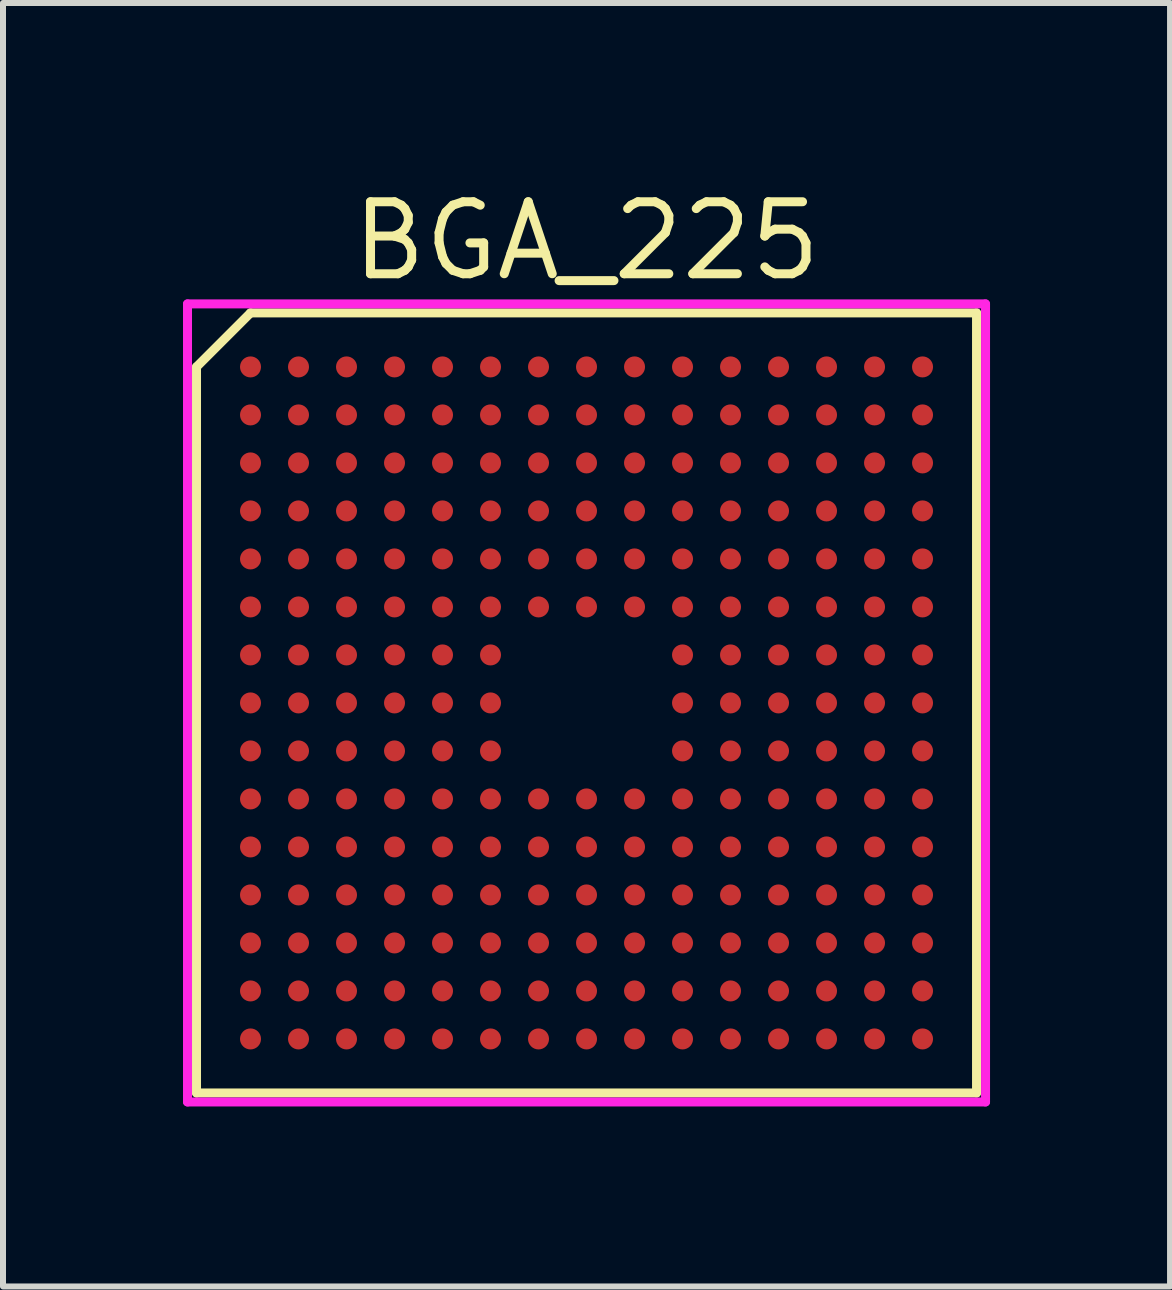
<source format=kicad_pcb>
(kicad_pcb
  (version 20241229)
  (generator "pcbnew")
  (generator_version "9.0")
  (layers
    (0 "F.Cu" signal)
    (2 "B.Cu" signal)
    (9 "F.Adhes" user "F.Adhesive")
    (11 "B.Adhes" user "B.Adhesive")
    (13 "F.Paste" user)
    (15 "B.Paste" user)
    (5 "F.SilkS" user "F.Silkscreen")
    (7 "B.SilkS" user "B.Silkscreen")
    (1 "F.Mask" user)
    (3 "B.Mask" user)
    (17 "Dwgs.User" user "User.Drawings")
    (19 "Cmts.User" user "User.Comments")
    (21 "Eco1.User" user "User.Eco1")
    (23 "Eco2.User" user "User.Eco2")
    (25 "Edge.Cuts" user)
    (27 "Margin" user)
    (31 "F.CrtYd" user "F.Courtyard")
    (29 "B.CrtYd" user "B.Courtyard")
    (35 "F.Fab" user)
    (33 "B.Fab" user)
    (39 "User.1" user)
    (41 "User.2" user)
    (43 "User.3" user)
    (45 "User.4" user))
  (footprint "BGA_225"
    (layer "F.Cu")
    (at 6.725 8.665)
    (property "Reference" "BGA_225" (at 0 -7.7 0) (layer "F.SilkS") (effects (font (size 1.2 1.2) (thickness 0.15))))
    (attr through_hole)
    (fp_line (start -6.5 -5.6) (end -6.5 6.5) (stroke (width 0.15) (type solid)) (layer "F.SilkS"))
    (fp_line (start -6.5 6.5) (end 6.5 6.5) (stroke (width 0.15) (type solid)) (layer "F.SilkS"))
    (fp_line (start -5.6 -6.5) (end -6.5 -5.6) (stroke (width 0.15) (type solid)) (layer "F.SilkS"))
    (fp_line (start 6.5 -6.5) (end -5.6 -6.5) (stroke (width 0.15) (type solid)) (layer "F.SilkS"))
    (fp_line (start 6.5 6.5) (end 6.5 -6.5) (stroke (width 0.15) (type solid)) (layer "F.SilkS"))
    (fp_line (start -6.65 -6.65) (end 6.65 -6.65) (stroke (width 0.15) (type solid)) (layer "F.CrtYd"))
    (fp_line (start -6.65 6.65) (end -6.65 -6.65) (stroke (width 0.15) (type solid)) (layer "F.CrtYd"))
    (fp_line (start 6.65 -6.65) (end 6.65 6.65) (stroke (width 0.15) (type solid)) (layer "F.CrtYd"))
    (fp_line (start 6.65 6.65) (end -6.65 6.65) (stroke (width 0.15) (type solid)) (layer "F.CrtYd"))
    (pad "A1" smd circle (at -5.6 -5.6) (size 0.35 0.35) (layers "F.Cu" "F.Mask" "F.Paste"))
    (pad "A2" smd circle (at -4.8 -5.6) (size 0.35 0.35) (layers "F.Cu" "F.Mask" "F.Paste"))
    (pad "A3" smd circle (at -4 -5.6) (size 0.35 0.35) (layers "F.Cu" "F.Mask" "F.Paste"))
    (pad "A4" smd circle (at -3.2 -5.6) (size 0.35 0.35) (layers "F.Cu" "F.Mask" "F.Paste"))
    (pad "A5" smd circle (at -2.4 -5.6) (size 0.35 0.35) (layers "F.Cu" "F.Mask" "F.Paste"))
    (pad "A6" smd circle (at -1.6 -5.6) (size 0.35 0.35) (layers "F.Cu" "F.Mask" "F.Paste"))
    (pad "A7" smd circle (at -0.8 -5.6) (size 0.35 0.35) (layers "F.Cu" "F.Mask" "F.Paste"))
    (pad "A8" smd circle (at 0 -5.6) (size 0.35 0.35) (layers "F.Cu" "F.Mask" "F.Paste"))
    (pad "A9" smd circle (at 0.8 -5.6) (size 0.35 0.35) (layers "F.Cu" "F.Mask" "F.Paste"))
    (pad "A10" smd circle (at 1.6 -5.6) (size 0.35 0.35) (layers "F.Cu" "F.Mask" "F.Paste"))
    (pad "A11" smd circle (at 2.4 -5.6) (size 0.35 0.35) (layers "F.Cu" "F.Mask" "F.Paste"))
    (pad "A12" smd circle (at 3.2 -5.6) (size 0.35 0.35) (layers "F.Cu" "F.Mask" "F.Paste"))
    (pad "A13" smd circle (at 4 -5.6) (size 0.35 0.35) (layers "F.Cu" "F.Mask" "F.Paste"))
    (pad "A14" smd circle (at 4.8 -5.6) (size 0.35 0.35) (layers "F.Cu" "F.Mask" "F.Paste"))
    (pad "A15" smd circle (at 5.6 -5.6) (size 0.35 0.35) (layers "F.Cu" "F.Mask" "F.Paste"))
    (pad "B1" smd circle (at -5.6 -4.8) (size 0.35 0.35) (layers "F.Cu" "F.Mask" "F.Paste"))
    (pad "B2" smd circle (at -4.8 -4.8) (size 0.35 0.35) (layers "F.Cu" "F.Mask" "F.Paste"))
    (pad "B3" smd circle (at -4 -4.8) (size 0.35 0.35) (layers "F.Cu" "F.Mask" "F.Paste"))
    (pad "B4" smd circle (at -3.2 -4.8) (size 0.35 0.35) (layers "F.Cu" "F.Mask" "F.Paste"))
    (pad "B5" smd circle (at -2.4 -4.8) (size 0.35 0.35) (layers "F.Cu" "F.Mask" "F.Paste"))
    (pad "B6" smd circle (at -1.6 -4.8) (size 0.35 0.35) (layers "F.Cu" "F.Mask" "F.Paste"))
    (pad "B7" smd circle (at -0.8 -4.8) (size 0.35 0.35) (layers "F.Cu" "F.Mask" "F.Paste"))
    (pad "B8" smd circle (at 0 -4.8) (size 0.35 0.35) (layers "F.Cu" "F.Mask" "F.Paste"))
    (pad "B9" smd circle (at 0.8 -4.8) (size 0.35 0.35) (layers "F.Cu" "F.Mask" "F.Paste"))
    (pad "B10" smd circle (at 1.6 -4.8) (size 0.35 0.35) (layers "F.Cu" "F.Mask" "F.Paste"))
    (pad "B11" smd circle (at 2.4 -4.8) (size 0.35 0.35) (layers "F.Cu" "F.Mask" "F.Paste"))
    (pad "B12" smd circle (at 3.2 -4.8) (size 0.35 0.35) (layers "F.Cu" "F.Mask" "F.Paste"))
    (pad "B13" smd circle (at 4 -4.8) (size 0.35 0.35) (layers "F.Cu" "F.Mask" "F.Paste"))
    (pad "B14" smd circle (at 4.8 -4.8) (size 0.35 0.35) (layers "F.Cu" "F.Mask" "F.Paste"))
    (pad "B15" smd circle (at 5.6 -4.8) (size 0.35 0.35) (layers "F.Cu" "F.Mask" "F.Paste"))
    (pad "C1" smd circle (at -5.6 -4) (size 0.35 0.35) (layers "F.Cu" "F.Mask" "F.Paste"))
    (pad "C2" smd circle (at -4.8 -4) (size 0.35 0.35) (layers "F.Cu" "F.Mask" "F.Paste"))
    (pad "C3" smd circle (at -4 -4) (size 0.35 0.35) (layers "F.Cu" "F.Mask" "F.Paste"))
    (pad "C4" smd circle (at -3.2 -4) (size 0.35 0.35) (layers "F.Cu" "F.Mask" "F.Paste"))
    (pad "C5" smd circle (at -2.4 -4) (size 0.35 0.35) (layers "F.Cu" "F.Mask" "F.Paste"))
    (pad "C6" smd circle (at -1.6 -4) (size 0.35 0.35) (layers "F.Cu" "F.Mask" "F.Paste"))
    (pad "C7" smd circle (at -0.8 -4) (size 0.35 0.35) (layers "F.Cu" "F.Mask" "F.Paste"))
    (pad "C8" smd circle (at 0 -4) (size 0.35 0.35) (layers "F.Cu" "F.Mask" "F.Paste"))
    (pad "C9" smd circle (at 0.8 -4) (size 0.35 0.35) (layers "F.Cu" "F.Mask" "F.Paste"))
    (pad "C10" smd circle (at 1.6 -4) (size 0.35 0.35) (layers "F.Cu" "F.Mask" "F.Paste"))
    (pad "C11" smd circle (at 2.4 -4) (size 0.35 0.35) (layers "F.Cu" "F.Mask" "F.Paste"))
    (pad "C12" smd circle (at 3.2 -4) (size 0.35 0.35) (layers "F.Cu" "F.Mask" "F.Paste"))
    (pad "C13" smd circle (at 4 -4) (size 0.35 0.35) (layers "F.Cu" "F.Mask" "F.Paste"))
    (pad "C14" smd circle (at 4.8 -4) (size 0.35 0.35) (layers "F.Cu" "F.Mask" "F.Paste"))
    (pad "C15" smd circle (at 5.6 -4) (size 0.35 0.35) (layers "F.Cu" "F.Mask" "F.Paste"))
    (pad "D1" smd circle (at -5.6 -3.2) (size 0.35 0.35) (layers "F.Cu" "F.Mask" "F.Paste"))
    (pad "D2" smd circle (at -4.8 -3.2) (size 0.35 0.35) (layers "F.Cu" "F.Mask" "F.Paste"))
    (pad "D3" smd circle (at -4 -3.2) (size 0.35 0.35) (layers "F.Cu" "F.Mask" "F.Paste"))
    (pad "D4" smd circle (at -3.2 -3.2) (size 0.35 0.35) (layers "F.Cu" "F.Mask" "F.Paste"))
    (pad "D5" smd circle (at -2.4 -3.2) (size 0.35 0.35) (layers "F.Cu" "F.Mask" "F.Paste"))
    (pad "D6" smd circle (at -1.6 -3.2) (size 0.35 0.35) (layers "F.Cu" "F.Mask" "F.Paste"))
    (pad "D7" smd circle (at -0.8 -3.2) (size 0.35 0.35) (layers "F.Cu" "F.Mask" "F.Paste"))
    (pad "D8" smd circle (at 0 -3.2) (size 0.35 0.35) (layers "F.Cu" "F.Mask" "F.Paste"))
    (pad "D9" smd circle (at 0.8 -3.2) (size 0.35 0.35) (layers "F.Cu" "F.Mask" "F.Paste"))
    (pad "D10" smd circle (at 1.6 -3.2) (size 0.35 0.35) (layers "F.Cu" "F.Mask" "F.Paste"))
    (pad "D11" smd circle (at 2.4 -3.2) (size 0.35 0.35) (layers "F.Cu" "F.Mask" "F.Paste"))
    (pad "D12" smd circle (at 3.2 -3.2) (size 0.35 0.35) (layers "F.Cu" "F.Mask" "F.Paste"))
    (pad "D13" smd circle (at 4 -3.2) (size 0.35 0.35) (layers "F.Cu" "F.Mask" "F.Paste"))
    (pad "D14" smd circle (at 4.8 -3.2) (size 0.35 0.35) (layers "F.Cu" "F.Mask" "F.Paste"))
    (pad "D15" smd circle (at 5.6 -3.2) (size 0.35 0.35) (layers "F.Cu" "F.Mask" "F.Paste"))
    (pad "E1" smd circle (at -5.6 -2.4) (size 0.35 0.35) (layers "F.Cu" "F.Mask" "F.Paste"))
    (pad "E2" smd circle (at -4.8 -2.4) (size 0.35 0.35) (layers "F.Cu" "F.Mask" "F.Paste"))
    (pad "E3" smd circle (at -4 -2.4) (size 0.35 0.35) (layers "F.Cu" "F.Mask" "F.Paste"))
    (pad "E4" smd circle (at -3.2 -2.4) (size 0.35 0.35) (layers "F.Cu" "F.Mask" "F.Paste"))
    (pad "E5" smd circle (at -2.4 -2.4) (size 0.35 0.35) (layers "F.Cu" "F.Mask" "F.Paste"))
    (pad "E6" smd circle (at -1.6 -2.4) (size 0.35 0.35) (layers "F.Cu" "F.Mask" "F.Paste"))
    (pad "E7" smd circle (at -0.8 -2.4) (size 0.35 0.35) (layers "F.Cu" "F.Mask" "F.Paste"))
    (pad "E8" smd circle (at 0 -2.4) (size 0.35 0.35) (layers "F.Cu" "F.Mask" "F.Paste"))
    (pad "E9" smd circle (at 0.8 -2.4) (size 0.35 0.35) (layers "F.Cu" "F.Mask" "F.Paste"))
    (pad "E10" smd circle (at 1.6 -2.4) (size 0.35 0.35) (layers "F.Cu" "F.Mask" "F.Paste"))
    (pad "E11" smd circle (at 2.4 -2.4) (size 0.35 0.35) (layers "F.Cu" "F.Mask" "F.Paste"))
    (pad "E12" smd circle (at 3.2 -2.4) (size 0.35 0.35) (layers "F.Cu" "F.Mask" "F.Paste"))
    (pad "E13" smd circle (at 4 -2.4) (size 0.35 0.35) (layers "F.Cu" "F.Mask" "F.Paste"))
    (pad "E14" smd circle (at 4.8 -2.4) (size 0.35 0.35) (layers "F.Cu" "F.Mask" "F.Paste"))
    (pad "E15" smd circle (at 5.6 -2.4) (size 0.35 0.35) (layers "F.Cu" "F.Mask" "F.Paste"))
    (pad "F1" smd circle (at -5.6 -1.6) (size 0.35 0.35) (layers "F.Cu" "F.Mask" "F.Paste"))
    (pad "F2" smd circle (at -4.8 -1.6) (size 0.35 0.35) (layers "F.Cu" "F.Mask" "F.Paste"))
    (pad "F3" smd circle (at -4 -1.6) (size 0.35 0.35) (layers "F.Cu" "F.Mask" "F.Paste"))
    (pad "F4" smd circle (at -3.2 -1.6) (size 0.35 0.35) (layers "F.Cu" "F.Mask" "F.Paste"))
    (pad "F5" smd circle (at -2.4 -1.6) (size 0.35 0.35) (layers "F.Cu" "F.Mask" "F.Paste"))
    (pad "F6" smd circle (at -1.6 -1.6) (size 0.35 0.35) (layers "F.Cu" "F.Mask" "F.Paste"))
    (pad "F7" smd circle (at -0.8 -1.6) (size 0.35 0.35) (layers "F.Cu" "F.Mask" "F.Paste"))
    (pad "F8" smd circle (at 0 -1.6) (size 0.35 0.35) (layers "F.Cu" "F.Mask" "F.Paste"))
    (pad "F9" smd circle (at 0.8 -1.6) (size 0.35 0.35) (layers "F.Cu" "F.Mask" "F.Paste"))
    (pad "F10" smd circle (at 1.6 -1.6) (size 0.35 0.35) (layers "F.Cu" "F.Mask" "F.Paste"))
    (pad "F11" smd circle (at 2.4 -1.6) (size 0.35 0.35) (layers "F.Cu" "F.Mask" "F.Paste"))
    (pad "F12" smd circle (at 3.2 -1.6) (size 0.35 0.35) (layers "F.Cu" "F.Mask" "F.Paste"))
    (pad "F13" smd circle (at 4 -1.6) (size 0.35 0.35) (layers "F.Cu" "F.Mask" "F.Paste"))
    (pad "F14" smd circle (at 4.8 -1.6) (size 0.35 0.35) (layers "F.Cu" "F.Mask" "F.Paste"))
    (pad "F15" smd circle (at 5.6 -1.6) (size 0.35 0.35) (layers "F.Cu" "F.Mask" "F.Paste"))
    (pad "G1" smd circle (at -5.6 -0.8) (size 0.35 0.35) (layers "F.Cu" "F.Mask" "F.Paste"))
    (pad "G2" smd circle (at -4.8 -0.8) (size 0.35 0.35) (layers "F.Cu" "F.Mask" "F.Paste"))
    (pad "G3" smd circle (at -4 -0.8) (size 0.35 0.35) (layers "F.Cu" "F.Mask" "F.Paste"))
    (pad "G4" smd circle (at -3.2 -0.8) (size 0.35 0.35) (layers "F.Cu" "F.Mask" "F.Paste"))
    (pad "G5" smd circle (at -2.4 -0.8) (size 0.35 0.35) (layers "F.Cu" "F.Mask" "F.Paste"))
    (pad "G6" smd circle (at -1.6 -0.8) (size 0.35 0.35) (layers "F.Cu" "F.Mask" "F.Paste"))
    (pad "G10" smd circle (at 1.6 -0.8) (size 0.35 0.35) (layers "F.Cu" "F.Mask" "F.Paste"))
    (pad "G11" smd circle (at 2.4 -0.8) (size 0.35 0.35) (layers "F.Cu" "F.Mask" "F.Paste"))
    (pad "G12" smd circle (at 3.2 -0.8) (size 0.35 0.35) (layers "F.Cu" "F.Mask" "F.Paste"))
    (pad "G13" smd circle (at 4 -0.8) (size 0.35 0.35) (layers "F.Cu" "F.Mask" "F.Paste"))
    (pad "G14" smd circle (at 4.8 -0.8) (size 0.35 0.35) (layers "F.Cu" "F.Mask" "F.Paste"))
    (pad "G15" smd circle (at 5.6 -0.8) (size 0.35 0.35) (layers "F.Cu" "F.Mask" "F.Paste"))
    (pad "H1" smd circle (at -5.6 0) (size 0.35 0.35) (layers "F.Cu" "F.Mask" "F.Paste"))
    (pad "H2" smd circle (at -4.8 0) (size 0.35 0.35) (layers "F.Cu" "F.Mask" "F.Paste"))
    (pad "H3" smd circle (at -4 0) (size 0.35 0.35) (layers "F.Cu" "F.Mask" "F.Paste"))
    (pad "H4" smd circle (at -3.2 0) (size 0.35 0.35) (layers "F.Cu" "F.Mask" "F.Paste"))
    (pad "H5" smd circle (at -2.4 0) (size 0.35 0.35) (layers "F.Cu" "F.Mask" "F.Paste"))
    (pad "H6" smd circle (at -1.6 0) (size 0.35 0.35) (layers "F.Cu" "F.Mask" "F.Paste"))
    (pad "H10" smd circle (at 1.6 0) (size 0.35 0.35) (layers "F.Cu" "F.Mask" "F.Paste"))
    (pad "H11" smd circle (at 2.4 0) (size 0.35 0.35) (layers "F.Cu" "F.Mask" "F.Paste"))
    (pad "H12" smd circle (at 3.2 0) (size 0.35 0.35) (layers "F.Cu" "F.Mask" "F.Paste"))
    (pad "H13" smd circle (at 4 0) (size 0.35 0.35) (layers "F.Cu" "F.Mask" "F.Paste"))
    (pad "H14" smd circle (at 4.8 0) (size 0.35 0.35) (layers "F.Cu" "F.Mask" "F.Paste"))
    (pad "H15" smd circle (at 5.6 0) (size 0.35 0.35) (layers "F.Cu" "F.Mask" "F.Paste"))
    (pad "J1" smd circle (at -5.6 0.8) (size 0.35 0.35) (layers "F.Cu" "F.Mask" "F.Paste"))
    (pad "J2" smd circle (at -4.8 0.8) (size 0.35 0.35) (layers "F.Cu" "F.Mask" "F.Paste"))
    (pad "J3" smd circle (at -4 0.8) (size 0.35 0.35) (layers "F.Cu" "F.Mask" "F.Paste"))
    (pad "J4" smd circle (at -3.2 0.8) (size 0.35 0.35) (layers "F.Cu" "F.Mask" "F.Paste"))
    (pad "J5" smd circle (at -2.4 0.8) (size 0.35 0.35) (layers "F.Cu" "F.Mask" "F.Paste"))
    (pad "J6" smd circle (at -1.6 0.8) (size 0.35 0.35) (layers "F.Cu" "F.Mask" "F.Paste"))
    (pad "J10" smd circle (at 1.6 0.8) (size 0.35 0.35) (layers "F.Cu" "F.Mask" "F.Paste"))
    (pad "J11" smd circle (at 2.4 0.8) (size 0.35 0.35) (layers "F.Cu" "F.Mask" "F.Paste"))
    (pad "J12" smd circle (at 3.2 0.8) (size 0.35 0.35) (layers "F.Cu" "F.Mask" "F.Paste"))
    (pad "J13" smd circle (at 4 0.8) (size 0.35 0.35) (layers "F.Cu" "F.Mask" "F.Paste"))
    (pad "J14" smd circle (at 4.8 0.8) (size 0.35 0.35) (layers "F.Cu" "F.Mask" "F.Paste"))
    (pad "J15" smd circle (at 5.6 0.8) (size 0.35 0.35) (layers "F.Cu" "F.Mask" "F.Paste"))
    (pad "K1" smd circle (at -5.6 1.6) (size 0.35 0.35) (layers "F.Cu" "F.Mask" "F.Paste"))
    (pad "K2" smd circle (at -4.8 1.6) (size 0.35 0.35) (layers "F.Cu" "F.Mask" "F.Paste"))
    (pad "K3" smd circle (at -4 1.6) (size 0.35 0.35) (layers "F.Cu" "F.Mask" "F.Paste"))
    (pad "K4" smd circle (at -3.2 1.6) (size 0.35 0.35) (layers "F.Cu" "F.Mask" "F.Paste"))
    (pad "K5" smd circle (at -2.4 1.6) (size 0.35 0.35) (layers "F.Cu" "F.Mask" "F.Paste"))
    (pad "K6" smd circle (at -1.6 1.6) (size 0.35 0.35) (layers "F.Cu" "F.Mask" "F.Paste"))
    (pad "K7" smd circle (at -0.8 1.6) (size 0.35 0.35) (layers "F.Cu" "F.Mask" "F.Paste"))
    (pad "K8" smd circle (at 0 1.6) (size 0.35 0.35) (layers "F.Cu" "F.Mask" "F.Paste"))
    (pad "K9" smd circle (at 0.8 1.6) (size 0.35 0.35) (layers "F.Cu" "F.Mask" "F.Paste"))
    (pad "K10" smd circle (at 1.6 1.6) (size 0.35 0.35) (layers "F.Cu" "F.Mask" "F.Paste"))
    (pad "K11" smd circle (at 2.4 1.6) (size 0.35 0.35) (layers "F.Cu" "F.Mask" "F.Paste"))
    (pad "K12" smd circle (at 3.2 1.6) (size 0.35 0.35) (layers "F.Cu" "F.Mask" "F.Paste"))
    (pad "K13" smd circle (at 4 1.6) (size 0.35 0.35) (layers "F.Cu" "F.Mask" "F.Paste"))
    (pad "K14" smd circle (at 4.8 1.6) (size 0.35 0.35) (layers "F.Cu" "F.Mask" "F.Paste"))
    (pad "K15" smd circle (at 5.6 1.6) (size 0.35 0.35) (layers "F.Cu" "F.Mask" "F.Paste"))
    (pad "L1" smd circle (at -5.6 2.4) (size 0.35 0.35) (layers "F.Cu" "F.Mask" "F.Paste"))
    (pad "L2" smd circle (at -4.8 2.4) (size 0.35 0.35) (layers "F.Cu" "F.Mask" "F.Paste"))
    (pad "L3" smd circle (at -4 2.4) (size 0.35 0.35) (layers "F.Cu" "F.Mask" "F.Paste"))
    (pad "L4" smd circle (at -3.2 2.4) (size 0.35 0.35) (layers "F.Cu" "F.Mask" "F.Paste"))
    (pad "L5" smd circle (at -2.4 2.4) (size 0.35 0.35) (layers "F.Cu" "F.Mask" "F.Paste"))
    (pad "L6" smd circle (at -1.6 2.4) (size 0.35 0.35) (layers "F.Cu" "F.Mask" "F.Paste"))
    (pad "L7" smd circle (at -0.8 2.4) (size 0.35 0.35) (layers "F.Cu" "F.Mask" "F.Paste"))
    (pad "L8" smd circle (at 0 2.4) (size 0.35 0.35) (layers "F.Cu" "F.Mask" "F.Paste"))
    (pad "L9" smd circle (at 0.8 2.4) (size 0.35 0.35) (layers "F.Cu" "F.Mask" "F.Paste"))
    (pad "L10" smd circle (at 1.6 2.4) (size 0.35 0.35) (layers "F.Cu" "F.Mask" "F.Paste"))
    (pad "L11" smd circle (at 2.4 2.4) (size 0.35 0.35) (layers "F.Cu" "F.Mask" "F.Paste"))
    (pad "L12" smd circle (at 3.2 2.4) (size 0.35 0.35) (layers "F.Cu" "F.Mask" "F.Paste"))
    (pad "L13" smd circle (at 4 2.4) (size 0.35 0.35) (layers "F.Cu" "F.Mask" "F.Paste"))
    (pad "L14" smd circle (at 4.8 2.4) (size 0.35 0.35) (layers "F.Cu" "F.Mask" "F.Paste"))
    (pad "L15" smd circle (at 5.6 2.4) (size 0.35 0.35) (layers "F.Cu" "F.Mask" "F.Paste"))
    (pad "M1" smd circle (at -5.6 3.2) (size 0.35 0.35) (layers "F.Cu" "F.Mask" "F.Paste"))
    (pad "M2" smd circle (at -4.8 3.2) (size 0.35 0.35) (layers "F.Cu" "F.Mask" "F.Paste"))
    (pad "M3" smd circle (at -4 3.2) (size 0.35 0.35) (layers "F.Cu" "F.Mask" "F.Paste"))
    (pad "M4" smd circle (at -3.2 3.2) (size 0.35 0.35) (layers "F.Cu" "F.Mask" "F.Paste"))
    (pad "M5" smd circle (at -2.4 3.2) (size 0.35 0.35) (layers "F.Cu" "F.Mask" "F.Paste"))
    (pad "M6" smd circle (at -1.6 3.2) (size 0.35 0.35) (layers "F.Cu" "F.Mask" "F.Paste"))
    (pad "M7" smd circle (at -0.8 3.2) (size 0.35 0.35) (layers "F.Cu" "F.Mask" "F.Paste"))
    (pad "M8" smd circle (at 0 3.2) (size 0.35 0.35) (layers "F.Cu" "F.Mask" "F.Paste"))
    (pad "M9" smd circle (at 0.8 3.2) (size 0.35 0.35) (layers "F.Cu" "F.Mask" "F.Paste"))
    (pad "M10" smd circle (at 1.6 3.2) (size 0.35 0.35) (layers "F.Cu" "F.Mask" "F.Paste"))
    (pad "M11" smd circle (at 2.4 3.2) (size 0.35 0.35) (layers "F.Cu" "F.Mask" "F.Paste"))
    (pad "M12" smd circle (at 3.2 3.2) (size 0.35 0.35) (layers "F.Cu" "F.Mask" "F.Paste"))
    (pad "M13" smd circle (at 4 3.2) (size 0.35 0.35) (layers "F.Cu" "F.Mask" "F.Paste"))
    (pad "M14" smd circle (at 4.8 3.2) (size 0.35 0.35) (layers "F.Cu" "F.Mask" "F.Paste"))
    (pad "M15" smd circle (at 5.6 3.2) (size 0.35 0.35) (layers "F.Cu" "F.Mask" "F.Paste"))
    (pad "N1" smd circle (at -5.6 4) (size 0.35 0.35) (layers "F.Cu" "F.Mask" "F.Paste"))
    (pad "N2" smd circle (at -4.8 4) (size 0.35 0.35) (layers "F.Cu" "F.Mask" "F.Paste"))
    (pad "N3" smd circle (at -4 4) (size 0.35 0.35) (layers "F.Cu" "F.Mask" "F.Paste"))
    (pad "N4" smd circle (at -3.2 4) (size 0.35 0.35) (layers "F.Cu" "F.Mask" "F.Paste"))
    (pad "N5" smd circle (at -2.4 4) (size 0.35 0.35) (layers "F.Cu" "F.Mask" "F.Paste"))
    (pad "N6" smd circle (at -1.6 4) (size 0.35 0.35) (layers "F.Cu" "F.Mask" "F.Paste"))
    (pad "N7" smd circle (at -0.8 4) (size 0.35 0.35) (layers "F.Cu" "F.Mask" "F.Paste"))
    (pad "N8" smd circle (at 0 4) (size 0.35 0.35) (layers "F.Cu" "F.Mask" "F.Paste"))
    (pad "N9" smd circle (at 0.8 4) (size 0.35 0.35) (layers "F.Cu" "F.Mask" "F.Paste"))
    (pad "N10" smd circle (at 1.6 4) (size 0.35 0.35) (layers "F.Cu" "F.Mask" "F.Paste"))
    (pad "N11" smd circle (at 2.4 4) (size 0.35 0.35) (layers "F.Cu" "F.Mask" "F.Paste"))
    (pad "N12" smd circle (at 3.2 4) (size 0.35 0.35) (layers "F.Cu" "F.Mask" "F.Paste"))
    (pad "N13" smd circle (at 4 4) (size 0.35 0.35) (layers "F.Cu" "F.Mask" "F.Paste"))
    (pad "N14" smd circle (at 4.8 4) (size 0.35 0.35) (layers "F.Cu" "F.Mask" "F.Paste"))
    (pad "N15" smd circle (at 5.6 4) (size 0.35 0.35) (layers "F.Cu" "F.Mask" "F.Paste"))
    (pad "P1" smd circle (at -5.6 4.8) (size 0.35 0.35) (layers "F.Cu" "F.Mask" "F.Paste"))
    (pad "P2" smd circle (at -4.8 4.8) (size 0.35 0.35) (layers "F.Cu" "F.Mask" "F.Paste"))
    (pad "P3" smd circle (at -4 4.8) (size 0.35 0.35) (layers "F.Cu" "F.Mask" "F.Paste"))
    (pad "P4" smd circle (at -3.2 4.8) (size 0.35 0.35) (layers "F.Cu" "F.Mask" "F.Paste"))
    (pad "P5" smd circle (at -2.4 4.8) (size 0.35 0.35) (layers "F.Cu" "F.Mask" "F.Paste"))
    (pad "P6" smd circle (at -1.6 4.8) (size 0.35 0.35) (layers "F.Cu" "F.Mask" "F.Paste"))
    (pad "P7" smd circle (at -0.8 4.8) (size 0.35 0.35) (layers "F.Cu" "F.Mask" "F.Paste"))
    (pad "P8" smd circle (at 0 4.8) (size 0.35 0.35) (layers "F.Cu" "F.Mask" "F.Paste"))
    (pad "P9" smd circle (at 0.8 4.8) (size 0.35 0.35) (layers "F.Cu" "F.Mask" "F.Paste"))
    (pad "P10" smd circle (at 1.6 4.8) (size 0.35 0.35) (layers "F.Cu" "F.Mask" "F.Paste"))
    (pad "P11" smd circle (at 2.4 4.8) (size 0.35 0.35) (layers "F.Cu" "F.Mask" "F.Paste"))
    (pad "P12" smd circle (at 3.2 4.8) (size 0.35 0.35) (layers "F.Cu" "F.Mask" "F.Paste"))
    (pad "P13" smd circle (at 4 4.8) (size 0.35 0.35) (layers "F.Cu" "F.Mask" "F.Paste"))
    (pad "P14" smd circle (at 4.8 4.8) (size 0.35 0.35) (layers "F.Cu" "F.Mask" "F.Paste"))
    (pad "P15" smd circle (at 5.6 4.8) (size 0.35 0.35) (layers "F.Cu" "F.Mask" "F.Paste"))
    (pad "R1" smd circle (at -5.6 5.6) (size 0.35 0.35) (layers "F.Cu" "F.Mask" "F.Paste"))
    (pad "R2" smd circle (at -4.8 5.6) (size 0.35 0.35) (layers "F.Cu" "F.Mask" "F.Paste"))
    (pad "R3" smd circle (at -4 5.6) (size 0.35 0.35) (layers "F.Cu" "F.Mask" "F.Paste"))
    (pad "R4" smd circle (at -3.2 5.6) (size 0.35 0.35) (layers "F.Cu" "F.Mask" "F.Paste"))
    (pad "R5" smd circle (at -2.4 5.6) (size 0.35 0.35) (layers "F.Cu" "F.Mask" "F.Paste"))
    (pad "R6" smd circle (at -1.6 5.6) (size 0.35 0.35) (layers "F.Cu" "F.Mask" "F.Paste"))
    (pad "R7" smd circle (at -0.8 5.6) (size 0.35 0.35) (layers "F.Cu" "F.Mask" "F.Paste"))
    (pad "R8" smd circle (at 0 5.6) (size 0.35 0.35) (layers "F.Cu" "F.Mask" "F.Paste"))
    (pad "R9" smd circle (at 0.8 5.6) (size 0.35 0.35) (layers "F.Cu" "F.Mask" "F.Paste"))
    (pad "R10" smd circle (at 1.6 5.6) (size 0.35 0.35) (layers "F.Cu" "F.Mask" "F.Paste"))
    (pad "R11" smd circle (at 2.4 5.6) (size 0.35 0.35) (layers "F.Cu" "F.Mask" "F.Paste"))
    (pad "R12" smd circle (at 3.2 5.6) (size 0.35 0.35) (layers "F.Cu" "F.Mask" "F.Paste"))
    (pad "R13" smd circle (at 4 5.6) (size 0.35 0.35) (layers "F.Cu" "F.Mask" "F.Paste"))
    (pad "R14" smd circle (at 4.8 5.6) (size 0.35 0.35) (layers "F.Cu" "F.Mask" "F.Paste"))
    (pad "R15" smd circle (at 5.6 5.6) (size 0.35 0.35) (layers "F.Cu" "F.Mask" "F.Paste")))
  (gr_rect
    (start -3 -3)
    (end 16.45 18.39)
    (stroke (width 0.1) (type default))
    (fill no)
    (layer "Edge.Cuts")))
</source>
